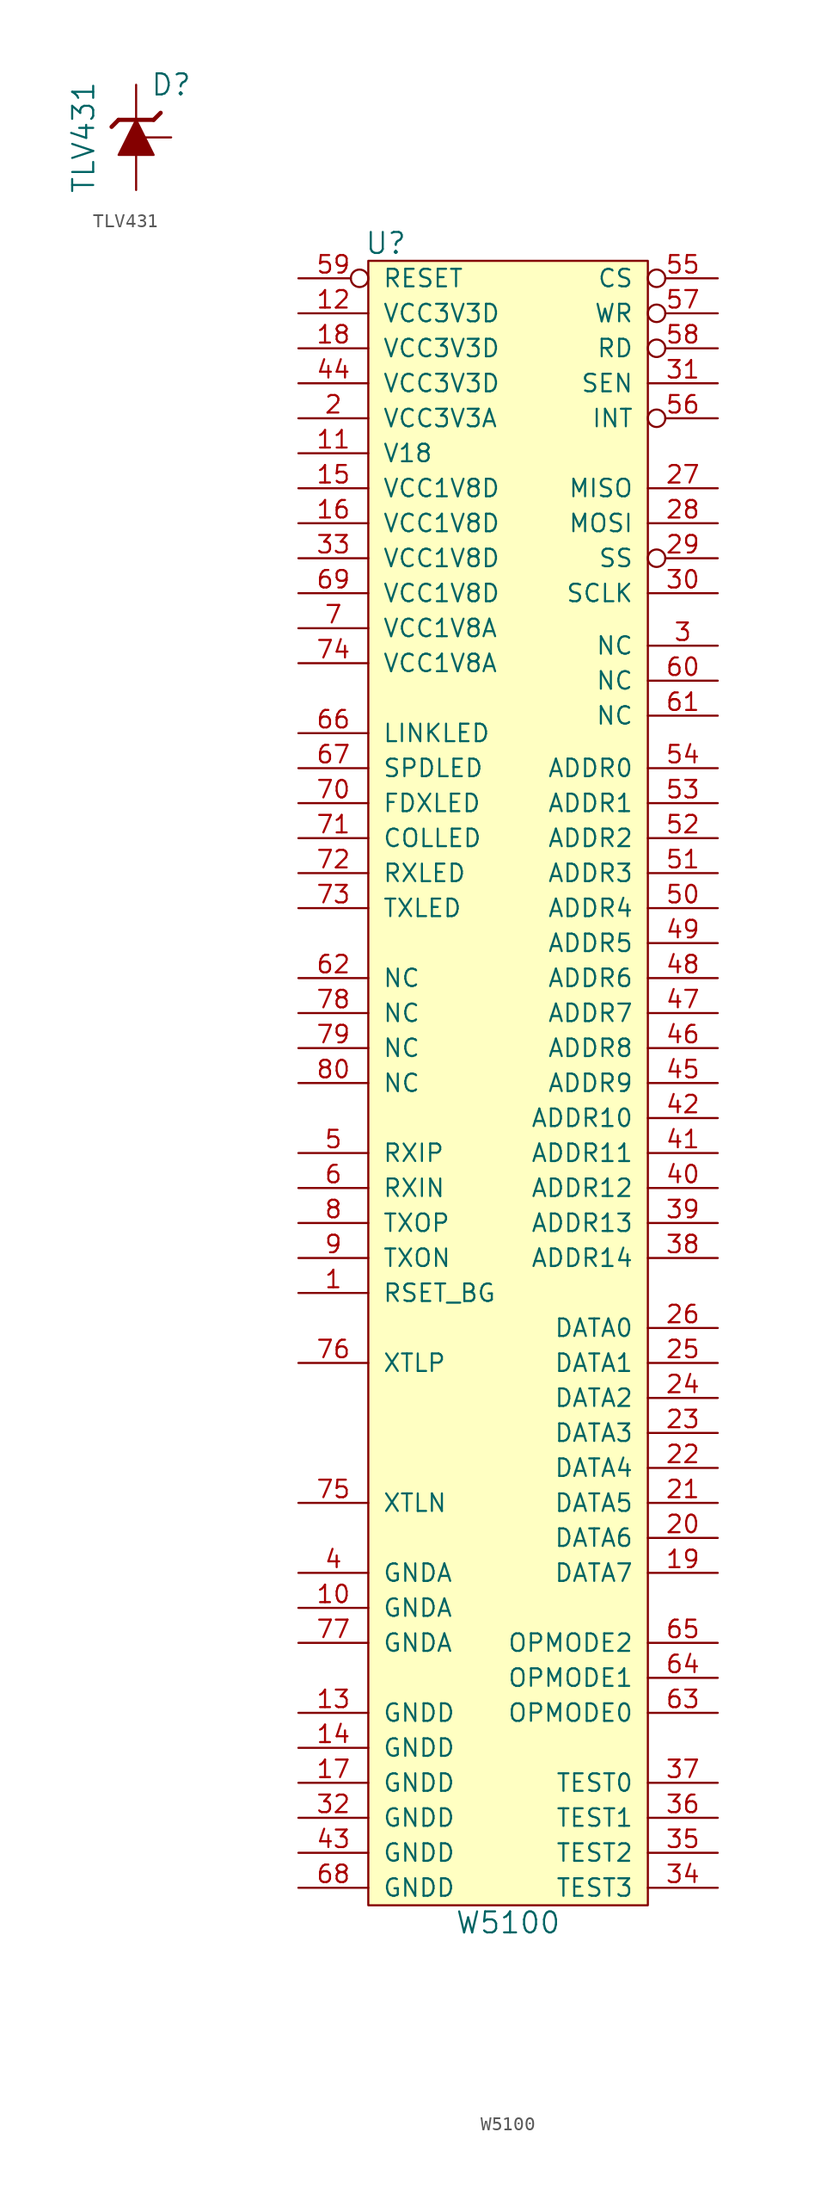
<source format=kicad_sym>
(kicad_symbol_lib
  (version 20211014)
  (generator kicad_symbol_editor)
  (symbol "TLV431"
    (pin_numbers hide)
    (pin_names
      (offset 1.016) hide)
    (property "Reference" "D"
      (at 2.54 5.08 0)
      (effects (font (size 1.524 1.524))))
    (property "Value" "TLV431"
      (at -3.81 1.27 90)
      (effects (font (size 1.524 1.524))))
    (symbol "TLV431_0_1"
      (polyline (pts (xy -1.27 2.54) (xy -1.778 2.032)) (stroke (width 0.305) (type default) (color 0 0 0 0)) (fill (type none)))
      (polyline (pts (xy -1.27 2.54) (xy 1.27 2.54)) (stroke (width 0.305) (type default) (color 0 0 0 0)) (fill (type none)))
      (polyline (pts (xy 1.27 2.54) (xy 1.778 3.048)) (stroke (width 0.305) (type default) (color 0 0 0 0)) (fill (type none)))
      (polyline (pts (xy 0 2.54) (xy -1.27 0) (xy 1.27 0) (xy 0 2.54)) (stroke (width 0) (type default) (color 0 0 0 0)) (fill (type outline))))
    (symbol "TLV431_1_1"
      (pin output line (at 2.54 1.27 180) (length 2.54) (name "Reference" (effects (font (size 1.27 1.27)))) (number "1" (effects (font (size 1.27 1.27)))))
      (pin input line (at 0 5.08 270) (length 2.54) (name "Cathode" (effects (font (size 1.27 1.27)))) (number "2" (effects (font (size 1.27 1.27)))))
      (pin input line (at 0 -2.54 90) (length 2.54) (name "Anode" (effects (font (size 1.27 1.27)))) (number "3" (effects (font (size 1.27 1.27)))))))
  (symbol "W5100"
    (pin_names
      (offset 1.016))
    (property "Reference" "U"
      (at -7.62 62.23 0)
      (effects (font (size 1.524 1.524))))
    (property "Value" "W5100"
      (at 1.27 -59.69 0)
      (effects (font (size 1.524 1.524))))
    (symbol "W5100_0_1"
      (rectangle (start -8.89 60.96) (end 11.43 -58.42) (stroke (width 0) (type default) (color 0 0 0 0)) (fill (type background))))
    (symbol "W5100_1_1"
      (pin output line (at -13.97 -13.97 0) (length 5.08) (name "RSET_BG" (effects (font (size 1.27 1.27)))) (number "1" (effects (font (size 1.27 1.27)))))
      (pin power_in line (at -13.97 -36.83 0) (length 5.08) (name "GNDA" (effects (font (size 1.27 1.27)))) (number "10" (effects (font (size 1.27 1.27)))))
      (pin power_out line (at -13.97 46.99 0) (length 5.08) (name "V18" (effects (font (size 1.27 1.27)))) (number "11" (effects (font (size 1.27 1.27)))))
      (pin power_in line (at -13.97 57.15 0) (length 5.08) (name "VCC3V3D" (effects (font (size 1.27 1.27)))) (number "12" (effects (font (size 1.27 1.27)))))
      (pin power_in line (at -13.97 -44.45 0) (length 5.08) (name "GNDD" (effects (font (size 1.27 1.27)))) (number "13" (effects (font (size 1.27 1.27)))))
      (pin power_in line (at -13.97 -46.99 0) (length 5.08) (name "GNDD" (effects (font (size 1.27 1.27)))) (number "14" (effects (font (size 1.27 1.27)))))
      (pin power_in line (at -13.97 44.45 0) (length 5.08) (name "VCC1V8D" (effects (font (size 1.27 1.27)))) (number "15" (effects (font (size 1.27 1.27)))))
      (pin power_in line (at -13.97 41.91 0) (length 5.08) (name "VCC1V8D" (effects (font (size 1.27 1.27)))) (number "16" (effects (font (size 1.27 1.27)))))
      (pin power_in line (at -13.97 -49.53 0) (length 5.08) (name "GNDD" (effects (font (size 1.27 1.27)))) (number "17" (effects (font (size 1.27 1.27)))))
      (pin power_in line (at -13.97 54.61 0) (length 5.08) (name "VCC3V3D" (effects (font (size 1.27 1.27)))) (number "18" (effects (font (size 1.27 1.27)))))
      (pin bidirectional line (at 16.51 -34.29 180) (length 5.08) (name "DATA7" (effects (font (size 1.27 1.27)))) (number "19" (effects (font (size 1.27 1.27)))))
      (pin power_in line (at -13.97 49.53 0) (length 5.08) (name "VCC3V3A" (effects (font (size 1.27 1.27)))) (number "2" (effects (font (size 1.27 1.27)))))
      (pin bidirectional line (at 16.51 -31.75 180) (length 5.08) (name "DATA6" (effects (font (size 1.27 1.27)))) (number "20" (effects (font (size 1.27 1.27)))))
      (pin bidirectional line (at 16.51 -29.21 180) (length 5.08) (name "DATA5" (effects (font (size 1.27 1.27)))) (number "21" (effects (font (size 1.27 1.27)))))
      (pin bidirectional line (at 16.51 -26.67 180) (length 5.08) (name "DATA4" (effects (font (size 1.27 1.27)))) (number "22" (effects (font (size 1.27 1.27)))))
      (pin bidirectional line (at 16.51 -24.13 180) (length 5.08) (name "DATA3" (effects (font (size 1.27 1.27)))) (number "23" (effects (font (size 1.27 1.27)))))
      (pin bidirectional line (at 16.51 -21.59 180) (length 5.08) (name "DATA2" (effects (font (size 1.27 1.27)))) (number "24" (effects (font (size 1.27 1.27)))))
      (pin bidirectional line (at 16.51 -19.05 180) (length 5.08) (name "DATA1" (effects (font (size 1.27 1.27)))) (number "25" (effects (font (size 1.27 1.27)))))
      (pin bidirectional line (at 16.51 -16.51 180) (length 5.08) (name "DATA0" (effects (font (size 1.27 1.27)))) (number "26" (effects (font (size 1.27 1.27)))))
      (pin output line (at 16.51 44.45 180) (length 5.08) (name "MISO" (effects (font (size 1.27 1.27)))) (number "27" (effects (font (size 1.27 1.27)))))
      (pin input line (at 16.51 41.91 180) (length 5.08) (name "MOSI" (effects (font (size 1.27 1.27)))) (number "28" (effects (font (size 1.27 1.27)))))
      (pin input inverted (at 16.51 39.37 180) (length 5.08) (name "SS" (effects (font (size 1.27 1.27)))) (number "29" (effects (font (size 1.27 1.27)))))
      (pin unspecified line (at 16.51 33.02 180) (length 5.08) (name "NC" (effects (font (size 1.27 1.27)))) (number "3" (effects (font (size 1.27 1.27)))))
      (pin input line (at 16.51 36.83 180) (length 5.08) (name "SCLK" (effects (font (size 1.27 1.27)))) (number "30" (effects (font (size 1.27 1.27)))))
      (pin input line (at 16.51 52.07 180) (length 5.08) (name "SEN" (effects (font (size 1.27 1.27)))) (number "31" (effects (font (size 1.27 1.27)))))
      (pin power_in line (at -13.97 -52.07 0) (length 5.08) (name "GNDD" (effects (font (size 1.27 1.27)))) (number "32" (effects (font (size 1.27 1.27)))))
      (pin power_in line (at -13.97 39.37 0) (length 5.08) (name "VCC1V8D" (effects (font (size 1.27 1.27)))) (number "33" (effects (font (size 1.27 1.27)))))
      (pin input line (at 16.51 -57.15 180) (length 5.08) (name "TEST3" (effects (font (size 1.27 1.27)))) (number "34" (effects (font (size 1.27 1.27)))))
      (pin input line (at 16.51 -54.61 180) (length 5.08) (name "TEST2" (effects (font (size 1.27 1.27)))) (number "35" (effects (font (size 1.27 1.27)))))
      (pin input line (at 16.51 -52.07 180) (length 5.08) (name "TEST1" (effects (font (size 1.27 1.27)))) (number "36" (effects (font (size 1.27 1.27)))))
      (pin input line (at 16.51 -49.53 180) (length 5.08) (name "TEST0" (effects (font (size 1.27 1.27)))) (number "37" (effects (font (size 1.27 1.27)))))
      (pin input line (at 16.51 -11.43 180) (length 5.08) (name "ADDR14" (effects (font (size 1.27 1.27)))) (number "38" (effects (font (size 1.27 1.27)))))
      (pin input line (at 16.51 -8.89 180) (length 5.08) (name "ADDR13" (effects (font (size 1.27 1.27)))) (number "39" (effects (font (size 1.27 1.27)))))
      (pin power_in line (at -13.97 -34.29 0) (length 5.08) (name "GNDA" (effects (font (size 1.27 1.27)))) (number "4" (effects (font (size 1.27 1.27)))))
      (pin input line (at 16.51 -6.35 180) (length 5.08) (name "ADDR12" (effects (font (size 1.27 1.27)))) (number "40" (effects (font (size 1.27 1.27)))))
      (pin input line (at 16.51 -3.81 180) (length 5.08) (name "ADDR11" (effects (font (size 1.27 1.27)))) (number "41" (effects (font (size 1.27 1.27)))))
      (pin input line (at 16.51 -1.27 180) (length 5.08) (name "ADDR10" (effects (font (size 1.27 1.27)))) (number "42" (effects (font (size 1.27 1.27)))))
      (pin power_in line (at -13.97 -54.61 0) (length 5.08) (name "GNDD" (effects (font (size 1.27 1.27)))) (number "43" (effects (font (size 1.27 1.27)))))
      (pin power_in line (at -13.97 52.07 0) (length 5.08) (name "VCC3V3D" (effects (font (size 1.27 1.27)))) (number "44" (effects (font (size 1.27 1.27)))))
      (pin input line (at 16.51 1.27 180) (length 5.08) (name "ADDR9" (effects (font (size 1.27 1.27)))) (number "45" (effects (font (size 1.27 1.27)))))
      (pin input line (at 16.51 3.81 180) (length 5.08) (name "ADDR8" (effects (font (size 1.27 1.27)))) (number "46" (effects (font (size 1.27 1.27)))))
      (pin input line (at 16.51 6.35 180) (length 5.08) (name "ADDR7" (effects (font (size 1.27 1.27)))) (number "47" (effects (font (size 1.27 1.27)))))
      (pin input line (at 16.51 8.89 180) (length 5.08) (name "ADDR6" (effects (font (size 1.27 1.27)))) (number "48" (effects (font (size 1.27 1.27)))))
      (pin input line (at 16.51 11.43 180) (length 5.08) (name "ADDR5" (effects (font (size 1.27 1.27)))) (number "49" (effects (font (size 1.27 1.27)))))
      (pin input line (at -13.97 -3.81 0) (length 5.08) (name "RXIP" (effects (font (size 1.27 1.27)))) (number "5" (effects (font (size 1.27 1.27)))))
      (pin input line (at 16.51 13.97 180) (length 5.08) (name "ADDR4" (effects (font (size 1.27 1.27)))) (number "50" (effects (font (size 1.27 1.27)))))
      (pin input line (at 16.51 16.51 180) (length 5.08) (name "ADDR3" (effects (font (size 1.27 1.27)))) (number "51" (effects (font (size 1.27 1.27)))))
      (pin input line (at 16.51 19.05 180) (length 5.08) (name "ADDR2" (effects (font (size 1.27 1.27)))) (number "52" (effects (font (size 1.27 1.27)))))
      (pin input line (at 16.51 21.59 180) (length 5.08) (name "ADDR1" (effects (font (size 1.27 1.27)))) (number "53" (effects (font (size 1.27 1.27)))))
      (pin input line (at 16.51 24.13 180) (length 5.08) (name "ADDR0" (effects (font (size 1.27 1.27)))) (number "54" (effects (font (size 1.27 1.27)))))
      (pin input inverted (at 16.51 59.69 180) (length 5.08) (name "CS" (effects (font (size 1.27 1.27)))) (number "55" (effects (font (size 1.27 1.27)))))
      (pin output inverted (at 16.51 49.53 180) (length 5.08) (name "INT" (effects (font (size 1.27 1.27)))) (number "56" (effects (font (size 1.27 1.27)))))
      (pin input inverted (at 16.51 57.15 180) (length 5.08) (name "WR" (effects (font (size 1.27 1.27)))) (number "57" (effects (font (size 1.27 1.27)))))
      (pin input inverted (at 16.51 54.61 180) (length 5.08) (name "RD" (effects (font (size 1.27 1.27)))) (number "58" (effects (font (size 1.27 1.27)))))
      (pin input inverted (at -13.97 59.69 0) (length 5.08) (name "RESET" (effects (font (size 1.27 1.27)))) (number "59" (effects (font (size 1.27 1.27)))))
      (pin input line (at -13.97 -6.35 0) (length 5.08) (name "RXIN" (effects (font (size 1.27 1.27)))) (number "6" (effects (font (size 1.27 1.27)))))
      (pin unspecified line (at 16.51 30.48 180) (length 5.08) (name "NC" (effects (font (size 1.27 1.27)))) (number "60" (effects (font (size 1.27 1.27)))))
      (pin unspecified line (at 16.51 27.94 180) (length 5.08) (name "NC" (effects (font (size 1.27 1.27)))) (number "61" (effects (font (size 1.27 1.27)))))
      (pin unspecified line (at -13.97 8.89 0) (length 5.08) (name "NC" (effects (font (size 1.27 1.27)))) (number "62" (effects (font (size 1.27 1.27)))))
      (pin input line (at 16.51 -44.45 180) (length 5.08) (name "OPMODE0" (effects (font (size 1.27 1.27)))) (number "63" (effects (font (size 1.27 1.27)))))
      (pin input line (at 16.51 -41.91 180) (length 5.08) (name "OPMODE1" (effects (font (size 1.27 1.27)))) (number "64" (effects (font (size 1.27 1.27)))))
      (pin input line (at 16.51 -39.37 180) (length 5.08) (name "OPMODE2" (effects (font (size 1.27 1.27)))) (number "65" (effects (font (size 1.27 1.27)))))
      (pin output line (at -13.97 26.67 0) (length 5.08) (name "LINKLED" (effects (font (size 1.27 1.27)))) (number "66" (effects (font (size 1.27 1.27)))))
      (pin output line (at -13.97 24.13 0) (length 5.08) (name "SPDLED" (effects (font (size 1.27 1.27)))) (number "67" (effects (font (size 1.27 1.27)))))
      (pin power_in line (at -13.97 -57.15 0) (length 5.08) (name "GNDD" (effects (font (size 1.27 1.27)))) (number "68" (effects (font (size 1.27 1.27)))))
      (pin power_in line (at -13.97 36.83 0) (length 5.08) (name "VCC1V8D" (effects (font (size 1.27 1.27)))) (number "69" (effects (font (size 1.27 1.27)))))
      (pin power_in line (at -13.97 34.29 0) (length 5.08) (name "VCC1V8A" (effects (font (size 1.27 1.27)))) (number "7" (effects (font (size 1.27 1.27)))))
      (pin output line (at -13.97 21.59 0) (length 5.08) (name "FDXLED" (effects (font (size 1.27 1.27)))) (number "70" (effects (font (size 1.27 1.27)))))
      (pin output line (at -13.97 19.05 0) (length 5.08) (name "COLLED" (effects (font (size 1.27 1.27)))) (number "71" (effects (font (size 1.27 1.27)))))
      (pin output line (at -13.97 16.51 0) (length 5.08) (name "RXLED" (effects (font (size 1.27 1.27)))) (number "72" (effects (font (size 1.27 1.27)))))
      (pin output line (at -13.97 13.97 0) (length 5.08) (name "TXLED" (effects (font (size 1.27 1.27)))) (number "73" (effects (font (size 1.27 1.27)))))
      (pin power_in line (at -13.97 31.75 0) (length 5.08) (name "VCC1V8A" (effects (font (size 1.27 1.27)))) (number "74" (effects (font (size 1.27 1.27)))))
      (pin input line (at -13.97 -29.21 0) (length 5.08) (name "XTLN" (effects (font (size 1.27 1.27)))) (number "75" (effects (font (size 1.27 1.27)))))
      (pin input line (at -13.97 -19.05 0) (length 5.08) (name "XTLP" (effects (font (size 1.27 1.27)))) (number "76" (effects (font (size 1.27 1.27)))))
      (pin power_in line (at -13.97 -39.37 0) (length 5.08) (name "GNDA" (effects (font (size 1.27 1.27)))) (number "77" (effects (font (size 1.27 1.27)))))
      (pin unspecified line (at -13.97 6.35 0) (length 5.08) (name "NC" (effects (font (size 1.27 1.27)))) (number "78" (effects (font (size 1.27 1.27)))))
      (pin unspecified line (at -13.97 3.81 0) (length 5.08) (name "NC" (effects (font (size 1.27 1.27)))) (number "79" (effects (font (size 1.27 1.27)))))
      (pin output line (at -13.97 -8.89 0) (length 5.08) (name "TXOP" (effects (font (size 1.27 1.27)))) (number "8" (effects (font (size 1.27 1.27)))))
      (pin unspecified line (at -13.97 1.27 0) (length 5.08) (name "NC" (effects (font (size 1.27 1.27)))) (number "80" (effects (font (size 1.27 1.27)))))
      (pin output line (at -13.97 -11.43 0) (length 5.08) (name "TXON" (effects (font (size 1.27 1.27)))) (number "9" (effects (font (size 1.27 1.27))))))))
</source>
